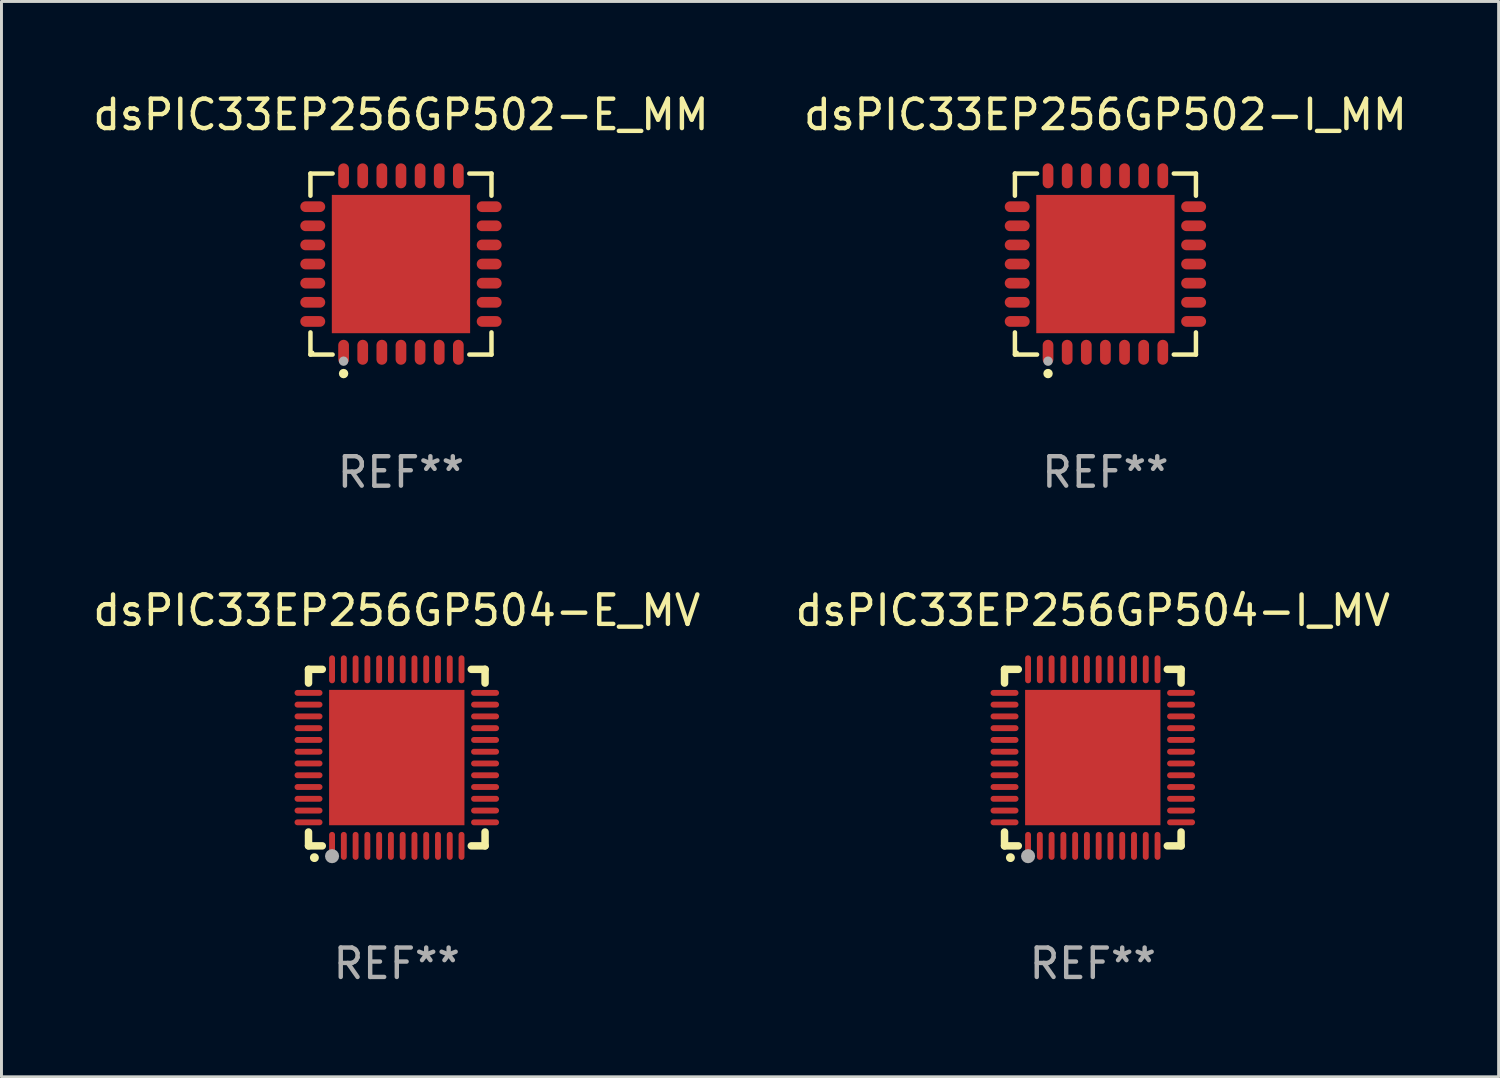
<source format=kicad_pcb>
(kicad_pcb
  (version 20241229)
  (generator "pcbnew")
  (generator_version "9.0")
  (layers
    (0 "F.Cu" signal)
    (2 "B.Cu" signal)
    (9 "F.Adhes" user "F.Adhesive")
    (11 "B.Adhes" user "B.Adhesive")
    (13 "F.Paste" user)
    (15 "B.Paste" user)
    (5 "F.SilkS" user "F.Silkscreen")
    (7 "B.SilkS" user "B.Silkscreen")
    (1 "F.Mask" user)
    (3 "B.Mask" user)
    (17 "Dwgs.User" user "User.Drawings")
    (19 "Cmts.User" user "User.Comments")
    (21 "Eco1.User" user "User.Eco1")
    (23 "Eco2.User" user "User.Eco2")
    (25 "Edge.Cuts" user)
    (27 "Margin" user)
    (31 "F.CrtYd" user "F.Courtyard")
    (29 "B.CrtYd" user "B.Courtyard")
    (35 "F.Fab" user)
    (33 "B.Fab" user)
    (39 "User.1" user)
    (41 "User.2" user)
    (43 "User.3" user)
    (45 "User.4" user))
  (footprint "dsPIC33EP256GP504-E_MV"
    (layer "F.Cu")
    (at 10.435 22.697)
    (property "Reference" "dsPIC33EP256GP504-E_MV" (at 0 -5 0) (layer "F.SilkS") (effects (font (size 1 1) (thickness 0.15))))
    (attr through_hole)
    (fp_line (start -3 -3) (end -2.532 -3) (stroke (width 0.254) (type solid)) (layer "F.SilkS"))
    (fp_line (start -3 -2.532) (end -3 -3) (stroke (width 0.254) (type solid)) (layer "F.SilkS"))
    (fp_line (start -3 3) (end -3 2.529) (stroke (width 0.254) (type solid)) (layer "F.SilkS"))
    (fp_line (start -2.532 3) (end -3 3) (stroke (width 0.254) (type solid)) (layer "F.SilkS"))
    (fp_line (start 2.532 -3) (end 3 -3) (stroke (width 0.254) (type solid)) (layer "F.SilkS"))
    (fp_line (start 3 -3) (end 3 -2.532) (stroke (width 0.254) (type solid)) (layer "F.SilkS"))
    (fp_line (start 3 2.529) (end 3 3) (stroke (width 0.254) (type solid)) (layer "F.SilkS"))
    (fp_line (start 3 3) (end 2.532 3) (stroke (width 0.254) (type solid)) (layer "F.SilkS"))
    (fp_arc (start -2.801295 3.400025) (mid -2.800025 3.40002) (end -2.798755 3.400025) (stroke (width 0.3) (type solid)) (layer "F.SilkS"))
    (fp_circle (center -3 3) (end -2.97 3) (stroke (width 0.06) (type solid)) (fill no) (layer "F.SilkS"))
    (fp_circle (center -2.2 3.35) (end -2.08 3.35) (stroke (width 0.24) (type solid)) (fill no) (layer "F.Fab"))
    (fp_text user "REF**" (at 0 7 0) (layer "F.Fab") (effects (font (size 1 1) (thickness 0.15))))
    (pad "1" smd oval (at -2.2 3) (size 0.2 0.95) (layers "F.Cu" "F.Mask" "F.Paste"))
    (pad "2" smd oval (at -1.8 3) (size 0.2 0.95) (layers "F.Cu" "F.Mask" "F.Paste"))
    (pad "3" smd oval (at -1.4 3) (size 0.2 0.95) (layers "F.Cu" "F.Mask" "F.Paste"))
    (pad "4" smd oval (at -1 3) (size 0.2 0.95) (layers "F.Cu" "F.Mask" "F.Paste"))
    (pad "5" smd oval (at -0.6 3) (size 0.2 0.95) (layers "F.Cu" "F.Mask" "F.Paste"))
    (pad "6" smd oval (at -0.2 3) (size 0.2 0.95) (layers "F.Cu" "F.Mask" "F.Paste"))
    (pad "7" smd oval (at 0.2 3) (size 0.2 0.95) (layers "F.Cu" "F.Mask" "F.Paste"))
    (pad "8" smd oval (at 0.6 3) (size 0.2 0.95) (layers "F.Cu" "F.Mask" "F.Paste"))
    (pad "9" smd oval (at 1 3) (size 0.2 0.95) (layers "F.Cu" "F.Mask" "F.Paste"))
    (pad "10" smd oval (at 1.4 3) (size 0.2 0.95) (layers "F.Cu" "F.Mask" "F.Paste"))
    (pad "11" smd oval (at 1.8 3) (size 0.2 0.95) (layers "F.Cu" "F.Mask" "F.Paste"))
    (pad "12" smd oval (at 2.2 3) (size 0.2 0.95) (layers "F.Cu" "F.Mask" "F.Paste"))
    (pad "13" smd oval (at 3 2.2 90) (size 0.2 0.95) (layers "F.Cu" "F.Mask" "F.Paste"))
    (pad "14" smd oval (at 3 1.8 90) (size 0.2 0.95) (layers "F.Cu" "F.Mask" "F.Paste"))
    (pad "15" smd oval (at 3 1.4 90) (size 0.2 0.95) (layers "F.Cu" "F.Mask" "F.Paste"))
    (pad "16" smd oval (at 3 1 90) (size 0.2 0.95) (layers "F.Cu" "F.Mask" "F.Paste"))
    (pad "17" smd oval (at 3 0.6 90) (size 0.2 0.95) (layers "F.Cu" "F.Mask" "F.Paste"))
    (pad "18" smd oval (at 3 0.2 90) (size 0.2 0.95) (layers "F.Cu" "F.Mask" "F.Paste"))
    (pad "19" smd oval (at 3 -0.2 90) (size 0.2 0.95) (layers "F.Cu" "F.Mask" "F.Paste"))
    (pad "20" smd oval (at 3 -0.6 90) (size 0.2 0.95) (layers "F.Cu" "F.Mask" "F.Paste"))
    (pad "21" smd oval (at 3 -1 90) (size 0.2 0.95) (layers "F.Cu" "F.Mask" "F.Paste"))
    (pad "22" smd oval (at 3 -1.4 90) (size 0.2 0.95) (layers "F.Cu" "F.Mask" "F.Paste"))
    (pad "23" smd oval (at 3 -1.8 90) (size 0.2 0.95) (layers "F.Cu" "F.Mask" "F.Paste"))
    (pad "24" smd oval (at 3 -2.2 90) (size 0.2 0.95) (layers "F.Cu" "F.Mask" "F.Paste"))
    (pad "25" smd oval (at 2.2 -3 180) (size 0.2 0.95) (layers "F.Cu" "F.Mask" "F.Paste"))
    (pad "26" smd oval (at 1.8 -3 180) (size 0.2 0.95) (layers "F.Cu" "F.Mask" "F.Paste"))
    (pad "27" smd oval (at 1.4 -3 180) (size 0.2 0.95) (layers "F.Cu" "F.Mask" "F.Paste"))
    (pad "28" smd oval (at 1 -3 180) (size 0.2 0.95) (layers "F.Cu" "F.Mask" "F.Paste"))
    (pad "29" smd oval (at 0.6 -3 180) (size 0.2 0.95) (layers "F.Cu" "F.Mask" "F.Paste"))
    (pad "30" smd oval (at 0.2 -3 180) (size 0.2 0.95) (layers "F.Cu" "F.Mask" "F.Paste"))
    (pad "31" smd oval (at -0.2 -3 180) (size 0.2 0.95) (layers "F.Cu" "F.Mask" "F.Paste"))
    (pad "32" smd oval (at -0.6 -3 180) (size 0.2 0.95) (layers "F.Cu" "F.Mask" "F.Paste"))
    (pad "33" smd oval (at -1 -3 180) (size 0.2 0.95) (layers "F.Cu" "F.Mask" "F.Paste"))
    (pad "34" smd oval (at -1.4 -3 180) (size 0.2 0.95) (layers "F.Cu" "F.Mask" "F.Paste"))
    (pad "35" smd oval (at -1.8 -3 180) (size 0.2 0.95) (layers "F.Cu" "F.Mask" "F.Paste"))
    (pad "36" smd oval (at -2.2 -3 180) (size 0.2 0.95) (layers "F.Cu" "F.Mask" "F.Paste"))
    (pad "37" smd oval (at -3 -2.2 270) (size 0.2 0.95) (layers "F.Cu" "F.Mask" "F.Paste"))
    (pad "38" smd oval (at -3 -1.8 270) (size 0.2 0.95) (layers "F.Cu" "F.Mask" "F.Paste"))
    (pad "39" smd oval (at -3 -1.4 270) (size 0.2 0.95) (layers "F.Cu" "F.Mask" "F.Paste"))
    (pad "40" smd oval (at -3 -1 270) (size 0.2 0.95) (layers "F.Cu" "F.Mask" "F.Paste"))
    (pad "41" smd oval (at -3 -0.6 270) (size 0.2 0.95) (layers "F.Cu" "F.Mask" "F.Paste"))
    (pad "42" smd oval (at -3 -0.2 270) (size 0.2 0.95) (layers "F.Cu" "F.Mask" "F.Paste"))
    (pad "43" smd oval (at -3 0.2 270) (size 0.2 0.95) (layers "F.Cu" "F.Mask" "F.Paste"))
    (pad "44" smd oval (at -3 0.6 270) (size 0.2 0.95) (layers "F.Cu" "F.Mask" "F.Paste"))
    (pad "45" smd oval (at -3 1 270) (size 0.2 0.95) (layers "F.Cu" "F.Mask" "F.Paste"))
    (pad "46" smd oval (at -3 1.4 270) (size 0.2 0.95) (layers "F.Cu" "F.Mask" "F.Paste"))
    (pad "47" smd oval (at -3 1.8 270) (size 0.2 0.95) (layers "F.Cu" "F.Mask" "F.Paste"))
    (pad "48" smd oval (at -3 2.2 270) (size 0.2 0.95) (layers "F.Cu" "F.Mask" "F.Paste"))
    (pad "49" smd rect (at -0.001 -0.001 180) (size 4.6 4.6) (layers "F.Cu" "F.Mask" "F.Paste")))
  (footprint "dsPIC33EP256GP502-E_MM"
    (layer "F.Cu")
    (at 10.577 5.924)
    (property "Reference" "dsPIC33EP256GP502-E_MM" (at 0 -5.076 0) (layer "F.SilkS") (effects (font (size 1 1) (thickness 0.15))))
    (attr through_hole)
    (fp_line (start -3.076 -3.076) (end -2.323 -3.076) (stroke (width 0.152) (type solid)) (layer "F.SilkS"))
    (fp_line (start -3.076 -2.323) (end -3.076 -3.076) (stroke (width 0.152) (type solid)) (layer "F.SilkS"))
    (fp_line (start -3.076 2.323) (end -3.076 3.076) (stroke (width 0.152) (type solid)) (layer "F.SilkS"))
    (fp_line (start -3.076 3.076) (end -2.323 3.076) (stroke (width 0.152) (type solid)) (layer "F.SilkS"))
    (fp_line (start 3.076 -3.076) (end 2.323 -3.076) (stroke (width 0.152) (type solid)) (layer "F.SilkS"))
    (fp_line (start 3.076 -2.323) (end 3.076 -3.076) (stroke (width 0.152) (type solid)) (layer "F.SilkS"))
    (fp_line (start 3.076 2.323) (end 3.076 3.076) (stroke (width 0.152) (type solid)) (layer "F.SilkS"))
    (fp_line (start 3.076 3.076) (end 2.323 3.076) (stroke (width 0.152) (type solid)) (layer "F.SilkS"))
    (fp_circle (center -3 3) (end -2.97 3) (stroke (width 0.06) (type solid)) (fill no) (layer "F.SilkS"))
    (fp_circle (center -1.95 3.722) (end -1.87 3.722) (stroke (width 0.16) (type solid)) (fill no) (layer "F.SilkS"))
    (fp_circle (center -1.95 3.3) (end -1.87 3.3) (stroke (width 0.16) (type solid)) (fill no) (layer "F.Fab"))
    (fp_text user "REF**" (at 0 7.076 0) (layer "F.Fab") (effects (font (size 1 1) (thickness 0.15))))
    (pad "1" smd oval (at -1.95 2.998) (size 0.364 0.847) (layers "F.Cu" "F.Mask" "F.Paste"))
    (pad "2" smd oval (at -1.3 2.998) (size 0.364 0.847) (layers "F.Cu" "F.Mask" "F.Paste"))
    (pad "3" smd oval (at -0.65 2.998) (size 0.364 0.847) (layers "F.Cu" "F.Mask" "F.Paste"))
    (pad "4" smd oval (at 0 2.998) (size 0.364 0.847) (layers "F.Cu" "F.Mask" "F.Paste"))
    (pad "5" smd oval (at 0.65 2.998) (size 0.364 0.847) (layers "F.Cu" "F.Mask" "F.Paste"))
    (pad "6" smd oval (at 1.3 2.998) (size 0.364 0.847) (layers "F.Cu" "F.Mask" "F.Paste"))
    (pad "7" smd oval (at 1.95 2.998) (size 0.364 0.847) (layers "F.Cu" "F.Mask" "F.Paste"))
    (pad "8" smd oval (at 2.998 1.95) (size 0.847 0.364) (layers "F.Cu" "F.Mask" "F.Paste"))
    (pad "9" smd oval (at 2.998 1.3) (size 0.847 0.364) (layers "F.Cu" "F.Mask" "F.Paste"))
    (pad "10" smd oval (at 2.998 0.65) (size 0.847 0.364) (layers "F.Cu" "F.Mask" "F.Paste"))
    (pad "11" smd oval (at 2.998 0) (size 0.847 0.364) (layers "F.Cu" "F.Mask" "F.Paste"))
    (pad "12" smd oval (at 2.998 -0.65) (size 0.847 0.364) (layers "F.Cu" "F.Mask" "F.Paste"))
    (pad "13" smd oval (at 2.998 -1.3) (size 0.847 0.364) (layers "F.Cu" "F.Mask" "F.Paste"))
    (pad "14" smd oval (at 2.998 -1.95) (size 0.847 0.364) (layers "F.Cu" "F.Mask" "F.Paste"))
    (pad "15" smd oval (at 1.95 -2.998) (size 0.364 0.847) (layers "F.Cu" "F.Mask" "F.Paste"))
    (pad "16" smd oval (at 1.3 -2.998) (size 0.364 0.847) (layers "F.Cu" "F.Mask" "F.Paste"))
    (pad "17" smd oval (at 0.65 -2.998) (size 0.364 0.847) (layers "F.Cu" "F.Mask" "F.Paste"))
    (pad "18" smd oval (at 0 -2.998) (size 0.364 0.847) (layers "F.Cu" "F.Mask" "F.Paste"))
    (pad "19" smd oval (at -0.65 -2.998) (size 0.364 0.847) (layers "F.Cu" "F.Mask" "F.Paste"))
    (pad "20" smd oval (at -1.3 -2.998) (size 0.364 0.847) (layers "F.Cu" "F.Mask" "F.Paste"))
    (pad "21" smd oval (at -1.95 -2.998) (size 0.364 0.847) (layers "F.Cu" "F.Mask" "F.Paste"))
    (pad "22" smd oval (at -2.998 -1.95) (size 0.847 0.364) (layers "F.Cu" "F.Mask" "F.Paste"))
    (pad "23" smd oval (at -2.998 -1.3) (size 0.847 0.364) (layers "F.Cu" "F.Mask" "F.Paste"))
    (pad "24" smd oval (at -2.998 -0.65) (size 0.847 0.364) (layers "F.Cu" "F.Mask" "F.Paste"))
    (pad "25" smd oval (at -2.998 0) (size 0.847 0.364) (layers "F.Cu" "F.Mask" "F.Paste"))
    (pad "26" smd oval (at -2.998 0.65) (size 0.847 0.364) (layers "F.Cu" "F.Mask" "F.Paste"))
    (pad "27" smd oval (at -2.998 1.3) (size 0.847 0.364) (layers "F.Cu" "F.Mask" "F.Paste"))
    (pad "28" smd oval (at -2.998 1.95) (size 0.847 0.364) (layers "F.Cu" "F.Mask" "F.Paste"))
    (pad "29" smd rect (at 0 0) (size 4.7 4.7) (layers "F.Cu" "F.Mask" "F.Paste")))
  (footprint "dsPIC33EP256GP502-I_MM"
    (layer "F.Cu")
    (at 34.518 5.924)
    (property "Reference" "dsPIC33EP256GP502-I_MM" (at 0 -5.076 0) (layer "F.SilkS") (effects (font (size 1 1) (thickness 0.15))))
    (attr through_hole)
    (fp_line (start -3.076 -3.076) (end -2.323 -3.076) (stroke (width 0.152) (type solid)) (layer "F.SilkS"))
    (fp_line (start -3.076 -2.323) (end -3.076 -3.076) (stroke (width 0.152) (type solid)) (layer "F.SilkS"))
    (fp_line (start -3.076 2.323) (end -3.076 3.076) (stroke (width 0.152) (type solid)) (layer "F.SilkS"))
    (fp_line (start -3.076 3.076) (end -2.323 3.076) (stroke (width 0.152) (type solid)) (layer "F.SilkS"))
    (fp_line (start 3.076 -3.076) (end 2.323 -3.076) (stroke (width 0.152) (type solid)) (layer "F.SilkS"))
    (fp_line (start 3.076 -2.323) (end 3.076 -3.076) (stroke (width 0.152) (type solid)) (layer "F.SilkS"))
    (fp_line (start 3.076 2.323) (end 3.076 3.076) (stroke (width 0.152) (type solid)) (layer "F.SilkS"))
    (fp_line (start 3.076 3.076) (end 2.323 3.076) (stroke (width 0.152) (type solid)) (layer "F.SilkS"))
    (fp_circle (center -3 3) (end -2.97 3) (stroke (width 0.06) (type solid)) (fill no) (layer "F.SilkS"))
    (fp_circle (center -1.95 3.722) (end -1.87 3.722) (stroke (width 0.16) (type solid)) (fill no) (layer "F.SilkS"))
    (fp_circle (center -1.95 3.3) (end -1.87 3.3) (stroke (width 0.16) (type solid)) (fill no) (layer "F.Fab"))
    (fp_text user "REF**" (at 0 7.076 0) (layer "F.Fab") (effects (font (size 1 1) (thickness 0.15))))
    (pad "1" smd oval (at -1.95 2.998) (size 0.364 0.847) (layers "F.Cu" "F.Mask" "F.Paste"))
    (pad "2" smd oval (at -1.3 2.998) (size 0.364 0.847) (layers "F.Cu" "F.Mask" "F.Paste"))
    (pad "3" smd oval (at -0.65 2.998) (size 0.364 0.847) (layers "F.Cu" "F.Mask" "F.Paste"))
    (pad "4" smd oval (at 0 2.998) (size 0.364 0.847) (layers "F.Cu" "F.Mask" "F.Paste"))
    (pad "5" smd oval (at 0.65 2.998) (size 0.364 0.847) (layers "F.Cu" "F.Mask" "F.Paste"))
    (pad "6" smd oval (at 1.3 2.998) (size 0.364 0.847) (layers "F.Cu" "F.Mask" "F.Paste"))
    (pad "7" smd oval (at 1.95 2.998) (size 0.364 0.847) (layers "F.Cu" "F.Mask" "F.Paste"))
    (pad "8" smd oval (at 2.998 1.95) (size 0.847 0.364) (layers "F.Cu" "F.Mask" "F.Paste"))
    (pad "9" smd oval (at 2.998 1.3) (size 0.847 0.364) (layers "F.Cu" "F.Mask" "F.Paste"))
    (pad "10" smd oval (at 2.998 0.65) (size 0.847 0.364) (layers "F.Cu" "F.Mask" "F.Paste"))
    (pad "11" smd oval (at 2.998 0) (size 0.847 0.364) (layers "F.Cu" "F.Mask" "F.Paste"))
    (pad "12" smd oval (at 2.998 -0.65) (size 0.847 0.364) (layers "F.Cu" "F.Mask" "F.Paste"))
    (pad "13" smd oval (at 2.998 -1.3) (size 0.847 0.364) (layers "F.Cu" "F.Mask" "F.Paste"))
    (pad "14" smd oval (at 2.998 -1.95) (size 0.847 0.364) (layers "F.Cu" "F.Mask" "F.Paste"))
    (pad "15" smd oval (at 1.95 -2.998) (size 0.364 0.847) (layers "F.Cu" "F.Mask" "F.Paste"))
    (pad "16" smd oval (at 1.3 -2.998) (size 0.364 0.847) (layers "F.Cu" "F.Mask" "F.Paste"))
    (pad "17" smd oval (at 0.65 -2.998) (size 0.364 0.847) (layers "F.Cu" "F.Mask" "F.Paste"))
    (pad "18" smd oval (at 0 -2.998) (size 0.364 0.847) (layers "F.Cu" "F.Mask" "F.Paste"))
    (pad "19" smd oval (at -0.65 -2.998) (size 0.364 0.847) (layers "F.Cu" "F.Mask" "F.Paste"))
    (pad "20" smd oval (at -1.3 -2.998) (size 0.364 0.847) (layers "F.Cu" "F.Mask" "F.Paste"))
    (pad "21" smd oval (at -1.95 -2.998) (size 0.364 0.847) (layers "F.Cu" "F.Mask" "F.Paste"))
    (pad "22" smd oval (at -2.998 -1.95) (size 0.847 0.364) (layers "F.Cu" "F.Mask" "F.Paste"))
    (pad "23" smd oval (at -2.998 -1.3) (size 0.847 0.364) (layers "F.Cu" "F.Mask" "F.Paste"))
    (pad "24" smd oval (at -2.998 -0.65) (size 0.847 0.364) (layers "F.Cu" "F.Mask" "F.Paste"))
    (pad "25" smd oval (at -2.998 0) (size 0.847 0.364) (layers "F.Cu" "F.Mask" "F.Paste"))
    (pad "26" smd oval (at -2.998 0.65) (size 0.847 0.364) (layers "F.Cu" "F.Mask" "F.Paste"))
    (pad "27" smd oval (at -2.998 1.3) (size 0.847 0.364) (layers "F.Cu" "F.Mask" "F.Paste"))
    (pad "28" smd oval (at -2.998 1.95) (size 0.847 0.364) (layers "F.Cu" "F.Mask" "F.Paste"))
    (pad "29" smd rect (at 0 0) (size 4.7 4.7) (layers "F.Cu" "F.Mask" "F.Paste")))
  (footprint "dsPIC33EP256GP504-I_MV"
    (layer "F.Cu")
    (at 34.089 22.697)
    (property "Reference" "dsPIC33EP256GP504-I_MV" (at 0 -5 0) (layer "F.SilkS") (effects (font (size 1 1) (thickness 0.15))))
    (attr through_hole)
    (fp_line (start -3 -3) (end -2.532 -3) (stroke (width 0.254) (type solid)) (layer "F.SilkS"))
    (fp_line (start -3 -2.532) (end -3 -3) (stroke (width 0.254) (type solid)) (layer "F.SilkS"))
    (fp_line (start -3 3) (end -3 2.529) (stroke (width 0.254) (type solid)) (layer "F.SilkS"))
    (fp_line (start -2.532 3) (end -3 3) (stroke (width 0.254) (type solid)) (layer "F.SilkS"))
    (fp_line (start 2.532 -3) (end 3 -3) (stroke (width 0.254) (type solid)) (layer "F.SilkS"))
    (fp_line (start 3 -3) (end 3 -2.532) (stroke (width 0.254) (type solid)) (layer "F.SilkS"))
    (fp_line (start 3 2.529) (end 3 3) (stroke (width 0.254) (type solid)) (layer "F.SilkS"))
    (fp_line (start 3 3) (end 2.532 3) (stroke (width 0.254) (type solid)) (layer "F.SilkS"))
    (fp_arc (start -2.801295 3.400025) (mid -2.800025 3.40002) (end -2.798755 3.400025) (stroke (width 0.3) (type solid)) (layer "F.SilkS"))
    (fp_circle (center -3 3) (end -2.97 3) (stroke (width 0.06) (type solid)) (fill no) (layer "F.SilkS"))
    (fp_circle (center -2.2 3.35) (end -2.08 3.35) (stroke (width 0.24) (type solid)) (fill no) (layer "F.Fab"))
    (fp_text user "REF**" (at 0 7 0) (layer "F.Fab") (effects (font (size 1 1) (thickness 0.15))))
    (pad "1" smd oval (at -2.2 3) (size 0.2 0.95) (layers "F.Cu" "F.Mask" "F.Paste"))
    (pad "2" smd oval (at -1.8 3) (size 0.2 0.95) (layers "F.Cu" "F.Mask" "F.Paste"))
    (pad "3" smd oval (at -1.4 3) (size 0.2 0.95) (layers "F.Cu" "F.Mask" "F.Paste"))
    (pad "4" smd oval (at -1 3) (size 0.2 0.95) (layers "F.Cu" "F.Mask" "F.Paste"))
    (pad "5" smd oval (at -0.6 3) (size 0.2 0.95) (layers "F.Cu" "F.Mask" "F.Paste"))
    (pad "6" smd oval (at -0.2 3) (size 0.2 0.95) (layers "F.Cu" "F.Mask" "F.Paste"))
    (pad "7" smd oval (at 0.2 3) (size 0.2 0.95) (layers "F.Cu" "F.Mask" "F.Paste"))
    (pad "8" smd oval (at 0.6 3) (size 0.2 0.95) (layers "F.Cu" "F.Mask" "F.Paste"))
    (pad "9" smd oval (at 1 3) (size 0.2 0.95) (layers "F.Cu" "F.Mask" "F.Paste"))
    (pad "10" smd oval (at 1.4 3) (size 0.2 0.95) (layers "F.Cu" "F.Mask" "F.Paste"))
    (pad "11" smd oval (at 1.8 3) (size 0.2 0.95) (layers "F.Cu" "F.Mask" "F.Paste"))
    (pad "12" smd oval (at 2.2 3) (size 0.2 0.95) (layers "F.Cu" "F.Mask" "F.Paste"))
    (pad "13" smd oval (at 3 2.2 90) (size 0.2 0.95) (layers "F.Cu" "F.Mask" "F.Paste"))
    (pad "14" smd oval (at 3 1.8 90) (size 0.2 0.95) (layers "F.Cu" "F.Mask" "F.Paste"))
    (pad "15" smd oval (at 3 1.4 90) (size 0.2 0.95) (layers "F.Cu" "F.Mask" "F.Paste"))
    (pad "16" smd oval (at 3 1 90) (size 0.2 0.95) (layers "F.Cu" "F.Mask" "F.Paste"))
    (pad "17" smd oval (at 3 0.6 90) (size 0.2 0.95) (layers "F.Cu" "F.Mask" "F.Paste"))
    (pad "18" smd oval (at 3 0.2 90) (size 0.2 0.95) (layers "F.Cu" "F.Mask" "F.Paste"))
    (pad "19" smd oval (at 3 -0.2 90) (size 0.2 0.95) (layers "F.Cu" "F.Mask" "F.Paste"))
    (pad "20" smd oval (at 3 -0.6 90) (size 0.2 0.95) (layers "F.Cu" "F.Mask" "F.Paste"))
    (pad "21" smd oval (at 3 -1 90) (size 0.2 0.95) (layers "F.Cu" "F.Mask" "F.Paste"))
    (pad "22" smd oval (at 3 -1.4 90) (size 0.2 0.95) (layers "F.Cu" "F.Mask" "F.Paste"))
    (pad "23" smd oval (at 3 -1.8 90) (size 0.2 0.95) (layers "F.Cu" "F.Mask" "F.Paste"))
    (pad "24" smd oval (at 3 -2.2 90) (size 0.2 0.95) (layers "F.Cu" "F.Mask" "F.Paste"))
    (pad "25" smd oval (at 2.2 -3 180) (size 0.2 0.95) (layers "F.Cu" "F.Mask" "F.Paste"))
    (pad "26" smd oval (at 1.8 -3 180) (size 0.2 0.95) (layers "F.Cu" "F.Mask" "F.Paste"))
    (pad "27" smd oval (at 1.4 -3 180) (size 0.2 0.95) (layers "F.Cu" "F.Mask" "F.Paste"))
    (pad "28" smd oval (at 1 -3 180) (size 0.2 0.95) (layers "F.Cu" "F.Mask" "F.Paste"))
    (pad "29" smd oval (at 0.6 -3 180) (size 0.2 0.95) (layers "F.Cu" "F.Mask" "F.Paste"))
    (pad "30" smd oval (at 0.2 -3 180) (size 0.2 0.95) (layers "F.Cu" "F.Mask" "F.Paste"))
    (pad "31" smd oval (at -0.2 -3 180) (size 0.2 0.95) (layers "F.Cu" "F.Mask" "F.Paste"))
    (pad "32" smd oval (at -0.6 -3 180) (size 0.2 0.95) (layers "F.Cu" "F.Mask" "F.Paste"))
    (pad "33" smd oval (at -1 -3 180) (size 0.2 0.95) (layers "F.Cu" "F.Mask" "F.Paste"))
    (pad "34" smd oval (at -1.4 -3 180) (size 0.2 0.95) (layers "F.Cu" "F.Mask" "F.Paste"))
    (pad "35" smd oval (at -1.8 -3 180) (size 0.2 0.95) (layers "F.Cu" "F.Mask" "F.Paste"))
    (pad "36" smd oval (at -2.2 -3 180) (size 0.2 0.95) (layers "F.Cu" "F.Mask" "F.Paste"))
    (pad "37" smd oval (at -3 -2.2 270) (size 0.2 0.95) (layers "F.Cu" "F.Mask" "F.Paste"))
    (pad "38" smd oval (at -3 -1.8 270) (size 0.2 0.95) (layers "F.Cu" "F.Mask" "F.Paste"))
    (pad "39" smd oval (at -3 -1.4 270) (size 0.2 0.95) (layers "F.Cu" "F.Mask" "F.Paste"))
    (pad "40" smd oval (at -3 -1 270) (size 0.2 0.95) (layers "F.Cu" "F.Mask" "F.Paste"))
    (pad "41" smd oval (at -3 -0.6 270) (size 0.2 0.95) (layers "F.Cu" "F.Mask" "F.Paste"))
    (pad "42" smd oval (at -3 -0.2 270) (size 0.2 0.95) (layers "F.Cu" "F.Mask" "F.Paste"))
    (pad "43" smd oval (at -3 0.2 270) (size 0.2 0.95) (layers "F.Cu" "F.Mask" "F.Paste"))
    (pad "44" smd oval (at -3 0.6 270) (size 0.2 0.95) (layers "F.Cu" "F.Mask" "F.Paste"))
    (pad "45" smd oval (at -3 1 270) (size 0.2 0.95) (layers "F.Cu" "F.Mask" "F.Paste"))
    (pad "46" smd oval (at -3 1.4 270) (size 0.2 0.95) (layers "F.Cu" "F.Mask" "F.Paste"))
    (pad "47" smd oval (at -3 1.8 270) (size 0.2 0.95) (layers "F.Cu" "F.Mask" "F.Paste"))
    (pad "48" smd oval (at -3 2.2 270) (size 0.2 0.95) (layers "F.Cu" "F.Mask" "F.Paste"))
    (pad "49" smd rect (at -0.001 -0.001 180) (size 4.6 4.6) (layers "F.Cu" "F.Mask" "F.Paste")))
  (gr_rect
    (start -3 -3)
    (end 47.881 33.545)
    (stroke (width 0.1) (type default))
    (fill no)
    (layer "Edge.Cuts")))
</source>
